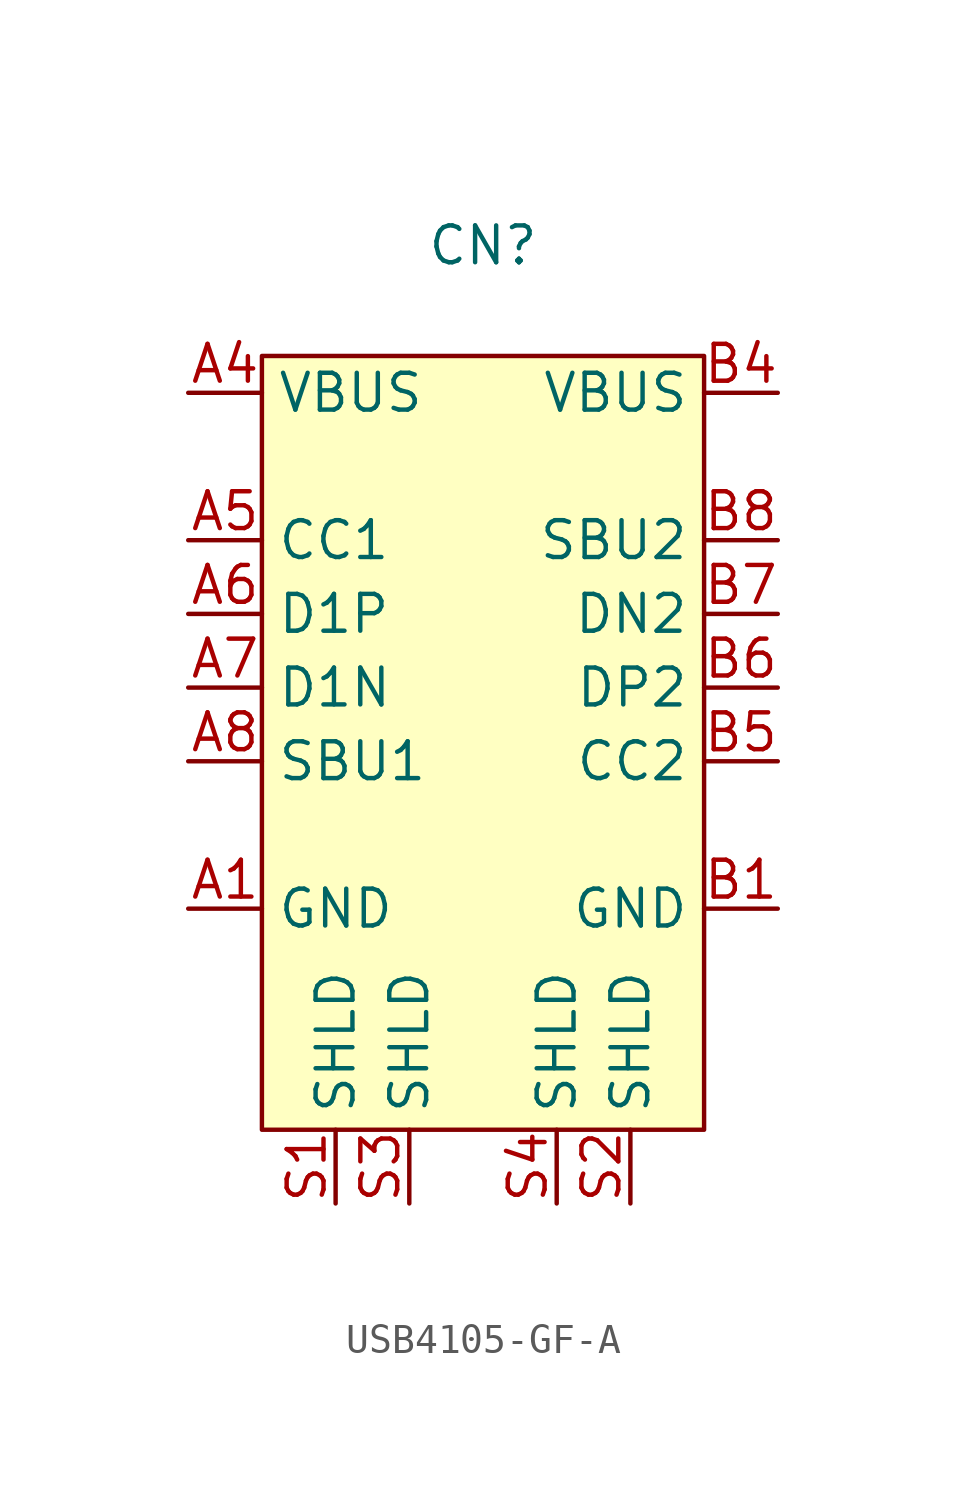
<source format=kicad_sym>
(kicad_symbol_lib
  (version 20220914)
  (generator kicad_symbol_editor)
  (symbol "USB4105-GF-A"
    (property "Reference" "CN"
      (at 0 15.24 0)
      (effects (font (size 1.27 1.27))))
    (property "Value" ""
      (at 0 2.54 0)
      (effects (font (size 1.27 1.27))))
    (symbol "USB4105-GF-A_1_1"
      (rectangle (start -7.62 11.43) (end 7.62 -15.24) (stroke (width 0) (type default)) (fill (type background)))
      (pin power_out line (at -10.16 -7.62 0) (length 2.54) (name "GND" (effects (font (size 1.27 1.27)))) (number "A1" (effects (font (size 1.27 1.27)))))
      (pin power_in line (at -10.16 10.16 0) (length 2.54) (name "VBUS" (effects (font (size 1.27 1.27)))) (number "A4" (effects (font (size 1.27 1.27)))))
      (pin bidirectional line (at -10.16 5.08 0) (length 2.54) (name "CC1" (effects (font (size 1.27 1.27)))) (number "A5" (effects (font (size 1.27 1.27)))))
      (pin bidirectional line (at -10.16 2.54 0) (length 2.54) (name "D1P" (effects (font (size 1.27 1.27)))) (number "A6" (effects (font (size 1.27 1.27)))))
      (pin bidirectional line (at -10.16 0 0) (length 2.54) (name "D1N" (effects (font (size 1.27 1.27)))) (number "A7" (effects (font (size 1.27 1.27)))))
      (pin bidirectional line (at -10.16 -2.54 0) (length 2.54) (name "SBU1" (effects (font (size 1.27 1.27)))) (number "A8" (effects (font (size 1.27 1.27)))))
      (pin power_out line (at 10.16 -7.62 180) (length 2.54) (name "GND" (effects (font (size 1.27 1.27)))) (number "B1" (effects (font (size 1.27 1.27)))))
      (pin power_in line (at 10.16 10.16 180) (length 2.54) (name "VBUS" (effects (font (size 1.27 1.27)))) (number "B4" (effects (font (size 1.27 1.27)))))
      (pin bidirectional line (at 10.16 -2.54 180) (length 2.54) (name "CC2" (effects (font (size 1.27 1.27)))) (number "B5" (effects (font (size 1.27 1.27)))))
      (pin bidirectional line (at 10.16 0 180) (length 2.54) (name "DP2" (effects (font (size 1.27 1.27)))) (number "B6" (effects (font (size 1.27 1.27)))))
      (pin bidirectional line (at 10.16 2.54 180) (length 2.54) (name "DN2" (effects (font (size 1.27 1.27)))) (number "B7" (effects (font (size 1.27 1.27)))))
      (pin bidirectional line (at 10.16 5.08 180) (length 2.54) (name "SBU2" (effects (font (size 1.27 1.27)))) (number "B8" (effects (font (size 1.27 1.27)))))
      (pin power_out line (at -5.08 -17.78 90) (length 2.54) (name "SHLD" (effects (font (size 1.27 1.27)))) (number "S1" (effects (font (size 1.27 1.27)))))
      (pin power_out line (at 5.08 -17.78 90) (length 2.54) (name "SHLD" (effects (font (size 1.27 1.27)))) (number "S2" (effects (font (size 1.27 1.27)))))
      (pin power_out line (at -2.54 -17.78 90) (length 2.54) (name "SHLD" (effects (font (size 1.27 1.27)))) (number "S3" (effects (font (size 1.27 1.27)))))
      (pin power_out line (at 2.54 -17.78 90) (length 2.54) (name "SHLD" (effects (font (size 1.27 1.27)))) (number "S4" (effects (font (size 1.27 1.27))))))))
</source>
